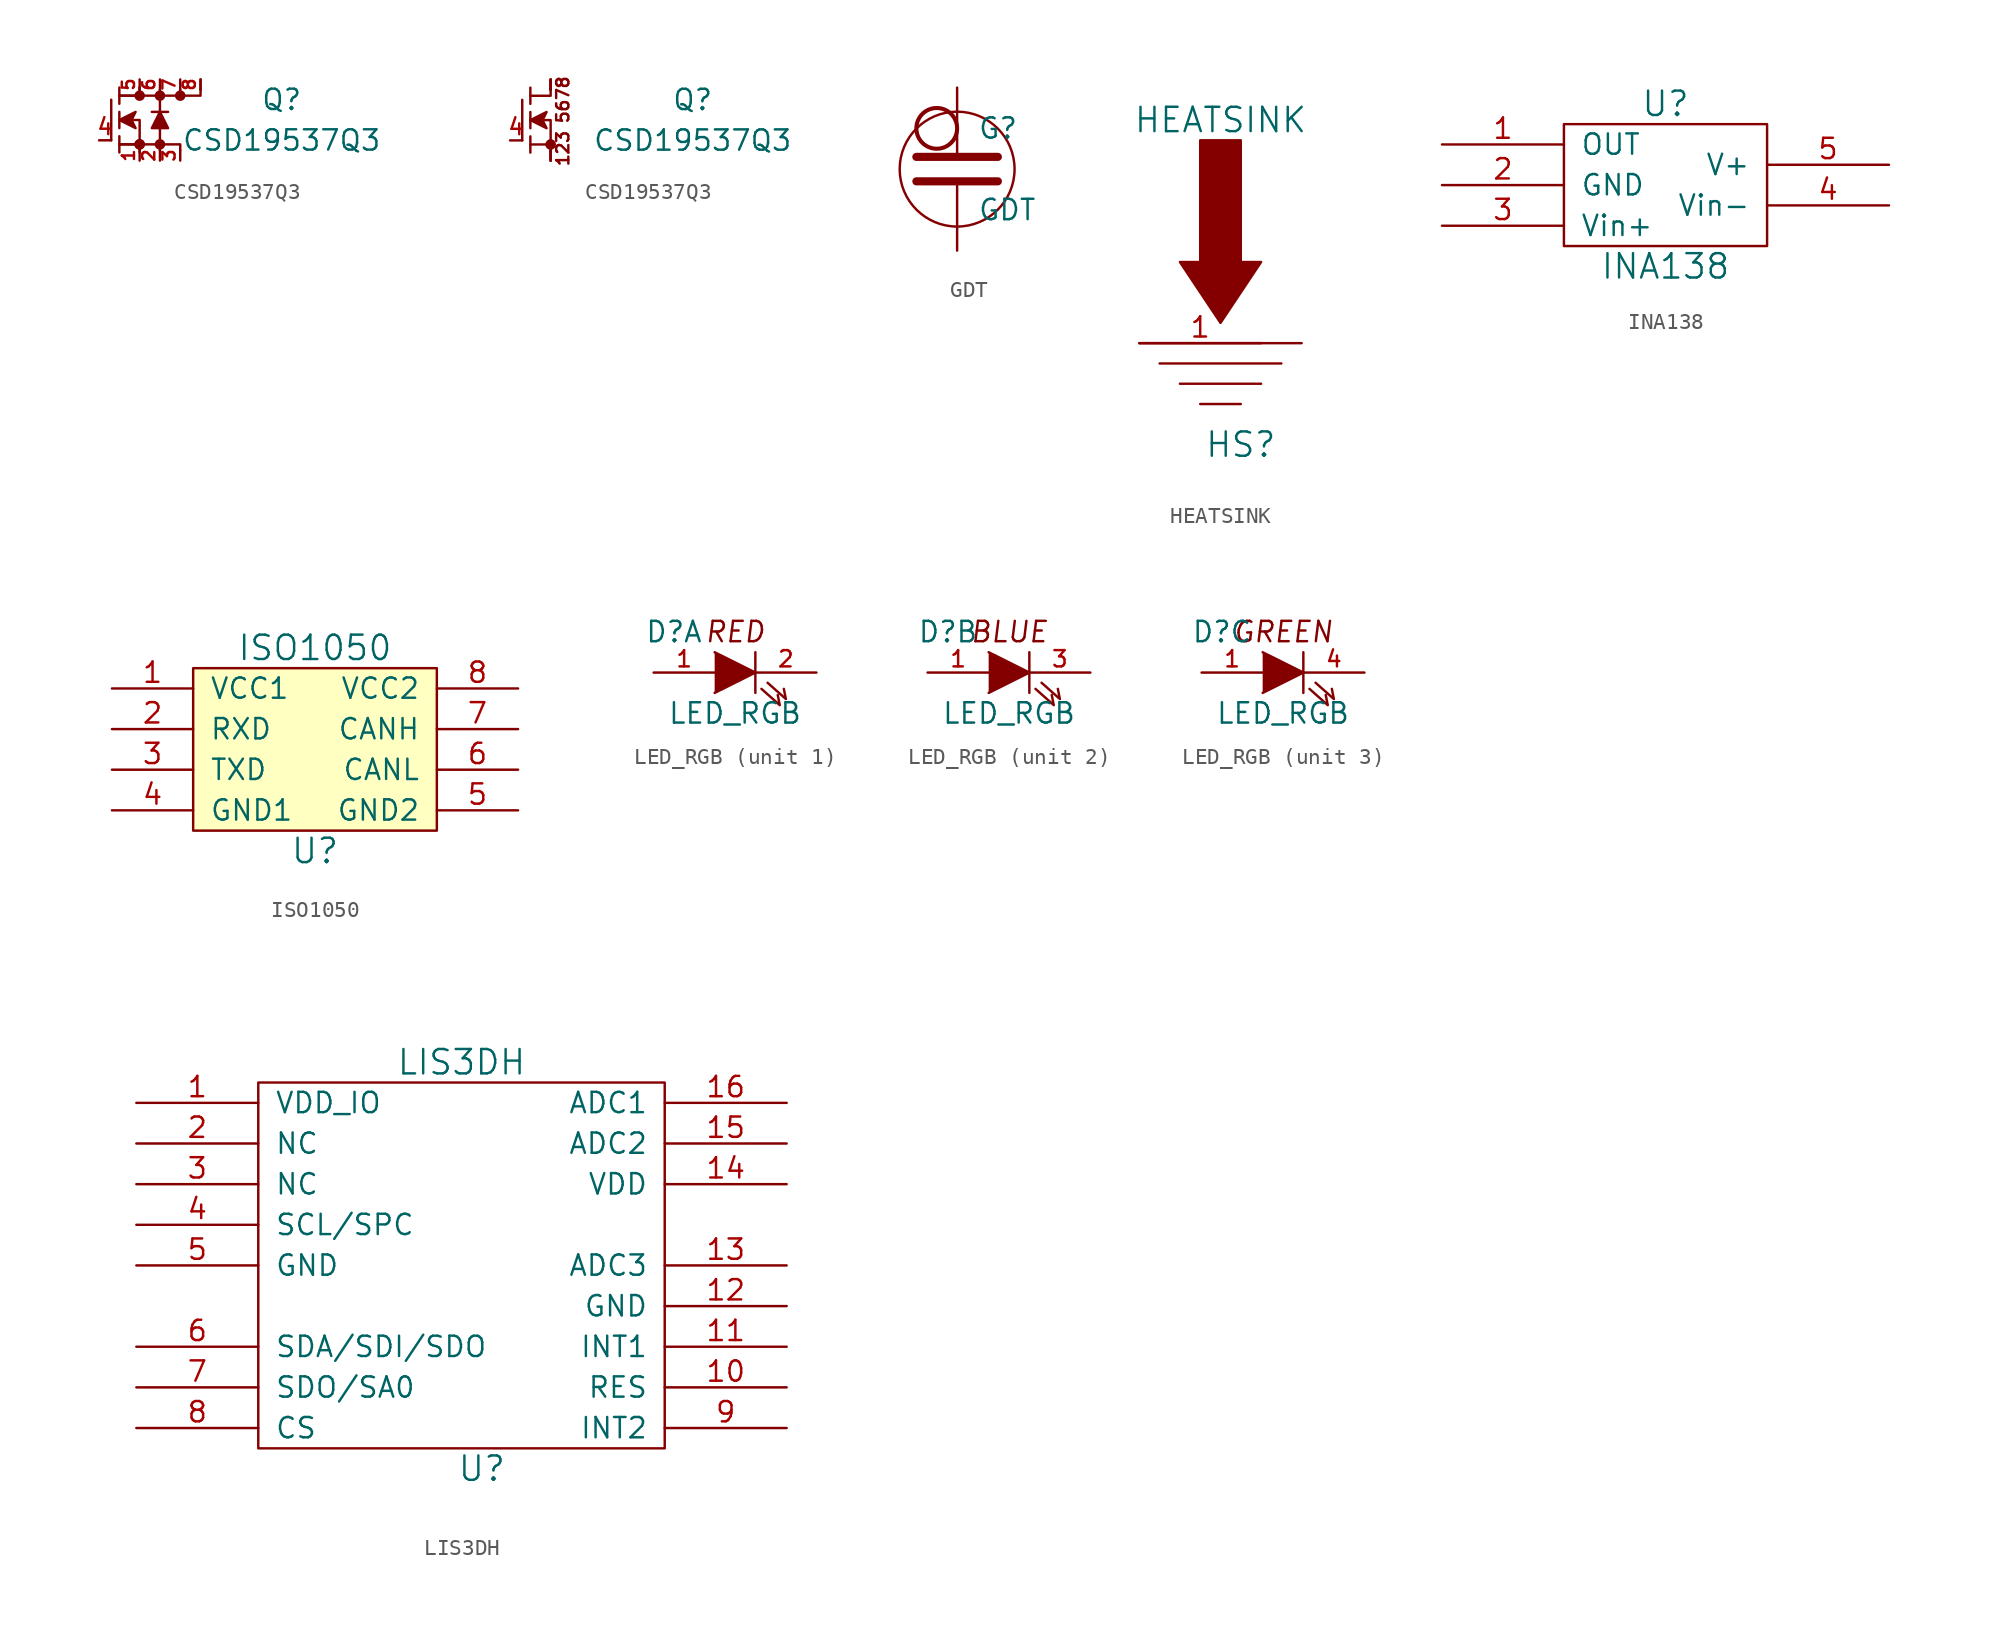
<source format=kicad_sym>
(kicad_symbol_lib
  (version 20211014)
  (generator kicad_symbol_editor)
  (symbol "CSD19537Q3"
    (pin_names
      (offset 0) hide)
    (property "Reference" "Q"
      (at 10.16 1.27 0)
      (effects (font (size 1.27 1.27))))
    (property "Value" "CSD19537Q3"
      (at 10.16 -1.27 0)
      (effects (font (size 1.27 1.27))))
    (symbol "CSD19537Q3_0_0"
      (polyline (pts (xy -0.508 1.27) (xy -0.508 -1.27)) (stroke (width 0) (type default) (color 0 0 0 0)) (fill (type none)))
      (polyline (pts (xy 0 -1.524) (xy 1.27 -1.524)) (stroke (width 0) (type default) (color 0 0 0 0)) (fill (type none)))
      (polyline (pts (xy 0 -1.016) (xy 0 -2.032)) (stroke (width 0) (type default) (color 0 0 0 0)) (fill (type none)))
      (polyline (pts (xy 0 -0.508) (xy 0 0.508)) (stroke (width 0) (type default) (color 0 0 0 0)) (fill (type none)))
      (polyline (pts (xy 0 1.016) (xy 0 2.032)) (stroke (width 0) (type default) (color 0 0 0 0)) (fill (type none)))
      (polyline (pts (xy 1.27 -2.032) (xy 1.27 0) (xy 0 0)) (stroke (width 0) (type default) (color 0 0 0 0)) (fill (type none)))
      (polyline (pts (xy 1.27 2.032) (xy 1.27 1.524) (xy 0 1.524)) (stroke (width 0) (type default) (color 0 0 0 0)) (fill (type none)))
      (polyline (pts (xy 0 0) (xy 1.016 0.508) (xy 0.762 0) (xy 1.016 -0.508) (xy 0 0)) (stroke (width 0) (type default) (color 0 0 0 0)) (fill (type outline)))
      (circle (center 1.27 -1.524) (radius 0.254) (stroke (width 0) (type default) (color 0 0 0 0)) (fill (type outline))))
    (symbol "CSD19537Q3_0_1"
      (polyline (pts (xy 0 -1.524) (xy 1.27 -1.524)) (stroke (width 0) (type default) (color 0 0 0 0)) (fill (type none)))
      (polyline (pts (xy 2.032 0.508) (xy 3.048 0.508)) (stroke (width 0) (type default) (color 0 0 0 0)) (fill (type none)))
      (polyline (pts (xy 2.54 -1.905) (xy 2.54 -1.524)) (stroke (width 0) (type default) (color 0 0 0 0)) (fill (type none)))
      (polyline (pts (xy 2.54 1.27) (xy 2.54 -1.27)) (stroke (width 0) (type default) (color 0 0 0 0)) (fill (type none)))
      (polyline (pts (xy 2.54 1.905) (xy 2.54 1.524)) (stroke (width 0) (type default) (color 0 0 0 0)) (fill (type none)))
      (polyline (pts (xy 3.81 1.905) (xy 3.81 1.524)) (stroke (width 0) (type default) (color 0 0 0 0)) (fill (type none)))
      (polyline (pts (xy 1.27 -1.524) (xy 3.81 -1.524) (xy 3.81 -1.905)) (stroke (width 0) (type default) (color 0 0 0 0)) (fill (type none)))
      (polyline (pts (xy 1.27 1.524) (xy 5.08 1.524) (xy 5.08 1.905)) (stroke (width 0) (type default) (color 0 0 0 0)) (fill (type none)))
      (polyline (pts (xy 1.27 2.032) (xy 1.27 1.524) (xy 0 1.524)) (stroke (width 0) (type default) (color 0 0 0 0)) (fill (type none)))
      (polyline (pts (xy 2.032 -0.508) (xy 2.54 0.508) (xy 3.048 -0.508) (xy 2.032 -0.508)) (stroke (width 0) (type default) (color 0 0 0 0)) (fill (type none)))
      (polyline (pts (xy 2.159 -0.381) (xy 2.921 -0.381) (xy 2.54 0.254) (xy 2.159 -0.381) (xy 2.794 -0.254) (xy 2.54 0) (xy 2.286 -0.254) (xy 2.667 -0.127)) (stroke (width 0) (type default) (color 0 0 0 0)) (fill (type none)))
      (circle (center 1.27 -1.524) (radius 0.254) (stroke (width 0) (type default) (color 0 0 0 0)) (fill (type outline)))
      (circle (center 1.27 1.524) (radius 0.254) (stroke (width 0) (type default) (color 0 0 0 0)) (fill (type outline)))
      (circle (center 2.54 -1.524) (radius 0.254) (stroke (width 0) (type default) (color 0 0 0 0)) (fill (type outline)))
      (circle (center 2.54 1.524) (radius 0.254) (stroke (width 0) (type default) (color 0 0 0 0)) (fill (type outline)))
      (circle (center 3.81 1.524) (radius 0.254) (stroke (width 0) (type default) (color 0 0 0 0)) (fill (type outline))))
    (symbol "CSD19537Q3_0_2"
      (text "123" (at 2.032 -1.778 900) (effects (font (size 0.762 0.762))))
      (text "5678" (at 2.032 1.27 900) (effects (font (size 0.762 0.762)))))
    (symbol "CSD19537Q3_1_1"
      (pin passive line (at 1.27 -2.54 90) (length 0.635) (name "S" (effects (font (size 1.27 1.27)))) (number "1" (effects (font (size 0.762 0.762)))))
      (pin passive line (at 2.54 -2.54 90) (length 0.635) (name "S" (effects (font (size 1.27 1.27)))) (number "2" (effects (font (size 0.762 0.762)))))
      (pin passive line (at 3.81 -2.54 90) (length 0.635) (name "S" (effects (font (size 1.27 1.27)))) (number "3" (effects (font (size 0.762 0.762)))))
      (pin passive line (at -1.27 -1.27 0) (length 0.762) (name "G" (effects (font (size 1.27 1.27)))) (number "4" (effects (font (size 1.016 1.016)))))
      (pin passive line (at 1.27 2.54 270) (length 0.635) (name "D" (effects (font (size 1.27 1.27)))) (number "5" (effects (font (size 0.762 0.762)))))
      (pin passive line (at 2.54 2.54 270) (length 0.635) (name "D" (effects (font (size 1.27 1.27)))) (number "6" (effects (font (size 0.762 0.762)))))
      (pin passive line (at 3.81 2.54 270) (length 0.635) (name "D" (effects (font (size 1.27 1.27)))) (number "7" (effects (font (size 0.762 0.762)))))
      (pin passive line (at 5.08 2.54 270) (length 0.635) (name "D" (effects (font (size 1.27 1.27)))) (number "8" (effects (font (size 0.762 0.762)))))
      (pin passive line (at 5.08 2.54 270) (length 0.635) (name "~" (effects (font (size 1.27 1.27)))) (number "9" (effects (font (size 0 0))))))
    (symbol "CSD19537Q3_1_2"
      (pin passive line (at 1.27 -2.54 90) (length 0.635) (name "S" (effects (font (size 1.27 1.27)))) (number "1" (effects (font (size 0 0)))))
      (pin passive line (at 1.27 -2.54 90) (length 0.635) (name "S" (effects (font (size 1.27 1.27)))) (number "2" (effects (font (size 0 0)))))
      (pin passive line (at 1.27 -2.54 90) (length 0.635) (name "S" (effects (font (size 1.27 1.27)))) (number "3" (effects (font (size 0 0)))))
      (pin passive line (at -1.27 -1.27 0) (length 0.762) (name "G" (effects (font (size 1.27 1.27)))) (number "4" (effects (font (size 1.016 1.016)))))
      (pin passive line (at 1.27 2.54 270) (length 0.635) (name "D" (effects (font (size 1.27 1.27)))) (number "5" (effects (font (size 0 0)))))
      (pin passive line (at 1.27 2.54 270) (length 0.635) (name "D" (effects (font (size 1.27 1.27)))) (number "6" (effects (font (size 0 0)))))
      (pin passive line (at 1.27 2.54 270) (length 0.635) (name "D" (effects (font (size 1.27 1.27)))) (number "7" (effects (font (size 0 0)))))
      (pin passive line (at 1.27 2.54 270) (length 0.635) (name "D" (effects (font (size 1.27 1.27)))) (number "8" (effects (font (size 0 0)))))))
  (symbol "GDT"
    (pin_numbers hide)
    (pin_names
      (offset 0.254))
    (property "Reference" "G"
      (at 1.27 2.54 0)
      (effects (font (size 1.27 1.27)) (justify left)))
    (property "Value" "GDT"
      (at 1.27 -2.54 0)
      (effects (font (size 1.27 1.27)) (justify left)))
    (property "Footprint" ""
      (at 0 0 0)
      (effects (font (size 1.524 1.524))))
    (property "Datasheet" ""
      (at 0 0 0)
      (effects (font (size 1.524 1.524))))
    (symbol "GDT_0_1"
      (circle (center -1.27 2.54) (radius 1.27) (stroke (width 0.254) (type default) (color 0 0 0 0)) (fill (type none)))
      (polyline (pts (xy -2.54 -0.762) (xy 2.54 -0.762)) (stroke (width 0.508) (type default) (color 0 0 0 0)) (fill (type none)))
      (polyline (pts (xy -2.54 0.762) (xy 2.54 0.762)) (stroke (width 0.508) (type default) (color 0 0 0 0)) (fill (type none)))
      (circle (center 0 0) (radius 3.581) (stroke (width 0) (type default) (color 0 0 0 0)) (fill (type none))))
    (symbol "GDT_1_1"
      (pin passive line (at 0 5.08 270) (length 4.318) (name "~" (effects (font (size 1.016 1.016)))) (number "1" (effects (font (size 1.016 1.016)))))
      (pin passive line (at 0 -5.08 90) (length 4.318) (name "~" (effects (font (size 1.016 1.016)))) (number "2" (effects (font (size 1.016 1.016)))))))
  (symbol "HEATSINK"
    (pin_names
      (offset 1.016))
    (property "Reference" "HS"
      (at 1.27 -6.35 0)
      (effects (font (size 1.524 1.524))))
    (property "Value" "HEATSINK"
      (at 0 13.97 0)
      (effects (font (size 1.524 1.524))))
    (property "Footprint" ""
      (at 0 0 0)
      (effects (font (size 1.524 1.524))))
    (property "Datasheet" ""
      (at 0 0 0)
      (effects (font (size 1.524 1.524))))
    (symbol "HEATSINK_0_1"
      (rectangle (start -1.27 12.7) (end 1.27 3.81) (stroke (width 0) (type default) (color 0 0 0 0)) (fill (type outline)))
      (polyline (pts (xy -5.08 0) (xy 5.08 0)) (stroke (width 0) (type default) (color 0 0 0 0)) (fill (type none)))
      (polyline (pts (xy -3.81 -1.27) (xy 3.81 -1.27)) (stroke (width 0) (type default) (color 0 0 0 0)) (fill (type none)))
      (polyline (pts (xy -2.54 -2.54) (xy 2.54 -2.54)) (stroke (width 0) (type default) (color 0 0 0 0)) (fill (type none)))
      (polyline (pts (xy -1.27 -3.81) (xy 1.27 -3.81)) (stroke (width 0) (type default) (color 0 0 0 0)) (fill (type none)))
      (polyline (pts (xy -2.54 5.08) (xy 2.54 5.08) (xy 0 1.27) (xy -2.54 5.08)) (stroke (width 0) (type default) (color 0 0 0 0)) (fill (type outline))))
    (symbol "HEATSINK_1_1"
      (pin passive line (at -5.08 0 0) (length 7.62) (name "~" (effects (font (size 1.27 1.27)))) (number "1" (effects (font (size 1.27 1.27)))))))
  (symbol "INA138"
    (pin_names
      (offset 1.016))
    (property "Reference" "U"
      (at 0 5.08 0)
      (effects (font (size 1.524 1.524))))
    (property "Value" "INA138"
      (at 0 -5.08 0)
      (effects (font (size 1.524 1.524))))
    (property "Footprint" ""
      (at 0 0 0)
      (effects (font (size 1.524 1.524))))
    (property "Datasheet" ""
      (at 0 0 0)
      (effects (font (size 1.524 1.524))))
    (symbol "INA138_0_1"
      (rectangle (start -6.35 3.81) (end 6.35 -3.81) (stroke (width 0) (type default) (color 0 0 0 0)) (fill (type none))))
    (symbol "INA138_1_1"
      (pin output line (at -13.97 2.54 0) (length 7.62) (name "OUT" (effects (font (size 1.27 1.27)))) (number "1" (effects (font (size 1.27 1.27)))))
      (pin bidirectional line (at -13.97 0 0) (length 7.62) (name "GND" (effects (font (size 1.27 1.27)))) (number "2" (effects (font (size 1.27 1.27)))))
      (pin input line (at -13.97 -2.54 0) (length 7.62) (name "Vin+" (effects (font (size 1.27 1.27)))) (number "3" (effects (font (size 1.27 1.27)))))
      (pin input line (at 13.97 -1.27 180) (length 7.62) (name "Vin-" (effects (font (size 1.27 1.27)))) (number "4" (effects (font (size 1.27 1.27)))))
      (pin bidirectional line (at 13.97 1.27 180) (length 7.62) (name "V+" (effects (font (size 1.27 1.27)))) (number "5" (effects (font (size 1.27 1.27)))))))
  (symbol "ISO1050"
    (pin_names
      (offset 1.016))
    (property "Reference" "U"
      (at 0 -6.35 0)
      (effects (font (size 1.524 1.524))))
    (property "Value" "ISO1050"
      (at 0 6.35 0)
      (effects (font (size 1.524 1.524))))
    (property "Datasheet" ""
      (at 3.81 -5.08 0)
      (effects (font (size 1.524 1.524))))
    (symbol "ISO1050_0_1"
      (rectangle (start -7.62 5.08) (end 7.62 -5.08) (stroke (width 0) (type default) (color 0 0 0 0)) (fill (type background))))
    (symbol "ISO1050_1_1"
      (pin input line (at -12.7 3.81 0) (length 5.08) (name "VCC1" (effects (font (size 1.27 1.27)))) (number "1" (effects (font (size 1.27 1.27)))))
      (pin input line (at -12.7 1.27 0) (length 5.08) (name "RXD" (effects (font (size 1.27 1.27)))) (number "2" (effects (font (size 1.27 1.27)))))
      (pin input line (at -12.7 -1.27 0) (length 5.08) (name "TXD" (effects (font (size 1.27 1.27)))) (number "3" (effects (font (size 1.27 1.27)))))
      (pin input line (at -12.7 -3.81 0) (length 5.08) (name "GND1" (effects (font (size 1.27 1.27)))) (number "4" (effects (font (size 1.27 1.27)))))
      (pin input line (at 12.7 -3.81 180) (length 5.08) (name "GND2" (effects (font (size 1.27 1.27)))) (number "5" (effects (font (size 1.27 1.27)))))
      (pin input line (at 12.7 -1.27 180) (length 5.08) (name "CANL" (effects (font (size 1.27 1.27)))) (number "6" (effects (font (size 1.27 1.27)))))
      (pin input line (at 12.7 1.27 180) (length 5.08) (name "CANH" (effects (font (size 1.27 1.27)))) (number "7" (effects (font (size 1.27 1.27)))))
      (pin input line (at 12.7 3.81 180) (length 5.08) (name "VCC2" (effects (font (size 1.27 1.27)))) (number "8" (effects (font (size 1.27 1.27)))))))
  (symbol "LED_RGB"
    (pin_names
      (offset 1.016) hide)
    (property "Reference" "D"
      (at -3.81 2.54 0)
      (effects (font (size 1.27 1.27))))
    (property "Value" "LED_RGB"
      (at 0 -2.54 0)
      (effects (font (size 1.27 1.27))))
    (property "Footprint" ""
      (at 0 0 0)
      (effects (font (size 1.524 1.524))))
    (property "Datasheet" ""
      (at 0 0 0)
      (effects (font (size 1.524 1.524))))
    (symbol "LED_RGB_0_1"
      (polyline (pts (xy 1.27 1.27) (xy 1.27 -1.27)) (stroke (width 0) (type default) (color 0 0 0 0)) (fill (type none)))
      (polyline (pts (xy -1.27 1.27) (xy 1.27 0) (xy -1.27 -1.27)) (stroke (width 0) (type default) (color 0 0 0 0)) (fill (type outline)))
      (polyline (pts (xy 1.651 -1.016) (xy 2.794 -2.032) (xy 2.667 -1.397)) (stroke (width 0) (type default) (color 0 0 0 0)) (fill (type none)))
      (polyline (pts (xy 2.032 -0.635) (xy 3.175 -1.651) (xy 3.048 -1.016)) (stroke (width 0) (type default) (color 0 0 0 0)) (fill (type none)))
      (pin passive line (at -5.08 0 0) (length 3.81) (name "A" (effects (font (size 1.016 1.016)))) (number "1" (effects (font (size 1.016 1.016))))))
    (symbol "LED_RGB_1_0"
      (text "RED" (at 0 2.54 0) (effects (font (size 1.27 1.27) italic))))
    (symbol "LED_RGB_1_1"
      (pin passive line (at 5.08 0 180) (length 3.81) (name "K" (effects (font (size 1.016 1.016)))) (number "2" (effects (font (size 1.016 1.016))))))
    (symbol "LED_RGB_2_0"
      (text "BLUE" (at 0 2.54 0) (effects (font (size 1.27 1.27) italic))))
    (symbol "LED_RGB_2_1"
      (pin passive line (at 5.08 0 180) (length 3.81) (name "K" (effects (font (size 1.016 1.016)))) (number "3" (effects (font (size 1.016 1.016))))))
    (symbol "LED_RGB_3_0"
      (text "GREEN" (at 0 2.54 0) (effects (font (size 1.27 1.27) italic))))
    (symbol "LED_RGB_3_1"
      (pin passive line (at 5.08 0 180) (length 3.81) (name "K" (effects (font (size 1.016 1.016)))) (number "4" (effects (font (size 1.016 1.016)))))))
  (symbol "LIS3DH"
    (pin_names
      (offset 1.016))
    (property "Reference" "U"
      (at 1.27 -12.7 0)
      (effects (font (size 1.524 1.524))))
    (property "Value" "LIS3DH"
      (at 0 12.7 0)
      (effects (font (size 1.524 1.524))))
    (property "Footprint" ""
      (at 0 0 0)
      (effects (font (size 1.524 1.524))))
    (property "Datasheet" ""
      (at 0 0 0)
      (effects (font (size 1.524 1.524))))
    (symbol "LIS3DH_0_1"
      (rectangle (start -12.7 11.43) (end 12.7 -11.43) (stroke (width 0) (type default) (color 0 0 0 0)) (fill (type none))))
    (symbol "LIS3DH_1_1"
      (pin input line (at -20.32 10.16 0) (length 7.62) (name "VDD_IO" (effects (font (size 1.27 1.27)))) (number "1" (effects (font (size 1.27 1.27)))))
      (pin input line (at 20.32 -7.62 180) (length 7.62) (name "RES" (effects (font (size 1.27 1.27)))) (number "10" (effects (font (size 1.27 1.27)))))
      (pin input line (at 20.32 -5.08 180) (length 7.62) (name "INT1" (effects (font (size 1.27 1.27)))) (number "11" (effects (font (size 1.27 1.27)))))
      (pin input line (at 20.32 -2.54 180) (length 7.62) (name "GND" (effects (font (size 1.27 1.27)))) (number "12" (effects (font (size 1.27 1.27)))))
      (pin input line (at 20.32 0 180) (length 7.62) (name "ADC3" (effects (font (size 1.27 1.27)))) (number "13" (effects (font (size 1.27 1.27)))))
      (pin input line (at 20.32 5.08 180) (length 7.62) (name "VDD" (effects (font (size 1.27 1.27)))) (number "14" (effects (font (size 1.27 1.27)))))
      (pin input line (at 20.32 7.62 180) (length 7.62) (name "ADC2" (effects (font (size 1.27 1.27)))) (number "15" (effects (font (size 1.27 1.27)))))
      (pin input line (at 20.32 10.16 180) (length 7.62) (name "ADC1" (effects (font (size 1.27 1.27)))) (number "16" (effects (font (size 1.27 1.27)))))
      (pin input line (at -20.32 7.62 0) (length 7.62) (name "NC" (effects (font (size 1.27 1.27)))) (number "2" (effects (font (size 1.27 1.27)))))
      (pin input line (at -20.32 5.08 0) (length 7.62) (name "NC" (effects (font (size 1.27 1.27)))) (number "3" (effects (font (size 1.27 1.27)))))
      (pin input line (at -20.32 2.54 0) (length 7.62) (name "SCL/SPC" (effects (font (size 1.27 1.27)))) (number "4" (effects (font (size 1.27 1.27)))))
      (pin input line (at -20.32 0 0) (length 7.62) (name "GND" (effects (font (size 1.27 1.27)))) (number "5" (effects (font (size 1.27 1.27)))))
      (pin input line (at -20.32 -5.08 0) (length 7.62) (name "SDA/SDI/SDO" (effects (font (size 1.27 1.27)))) (number "6" (effects (font (size 1.27 1.27)))))
      (pin input line (at -20.32 -7.62 0) (length 7.62) (name "SDO/SA0" (effects (font (size 1.27 1.27)))) (number "7" (effects (font (size 1.27 1.27)))))
      (pin input line (at -20.32 -10.16 0) (length 7.62) (name "CS" (effects (font (size 1.27 1.27)))) (number "8" (effects (font (size 1.27 1.27)))))
      (pin input line (at 20.32 -10.16 180) (length 7.62) (name "INT2" (effects (font (size 1.27 1.27)))) (number "9" (effects (font (size 1.27 1.27))))))))
</source>
